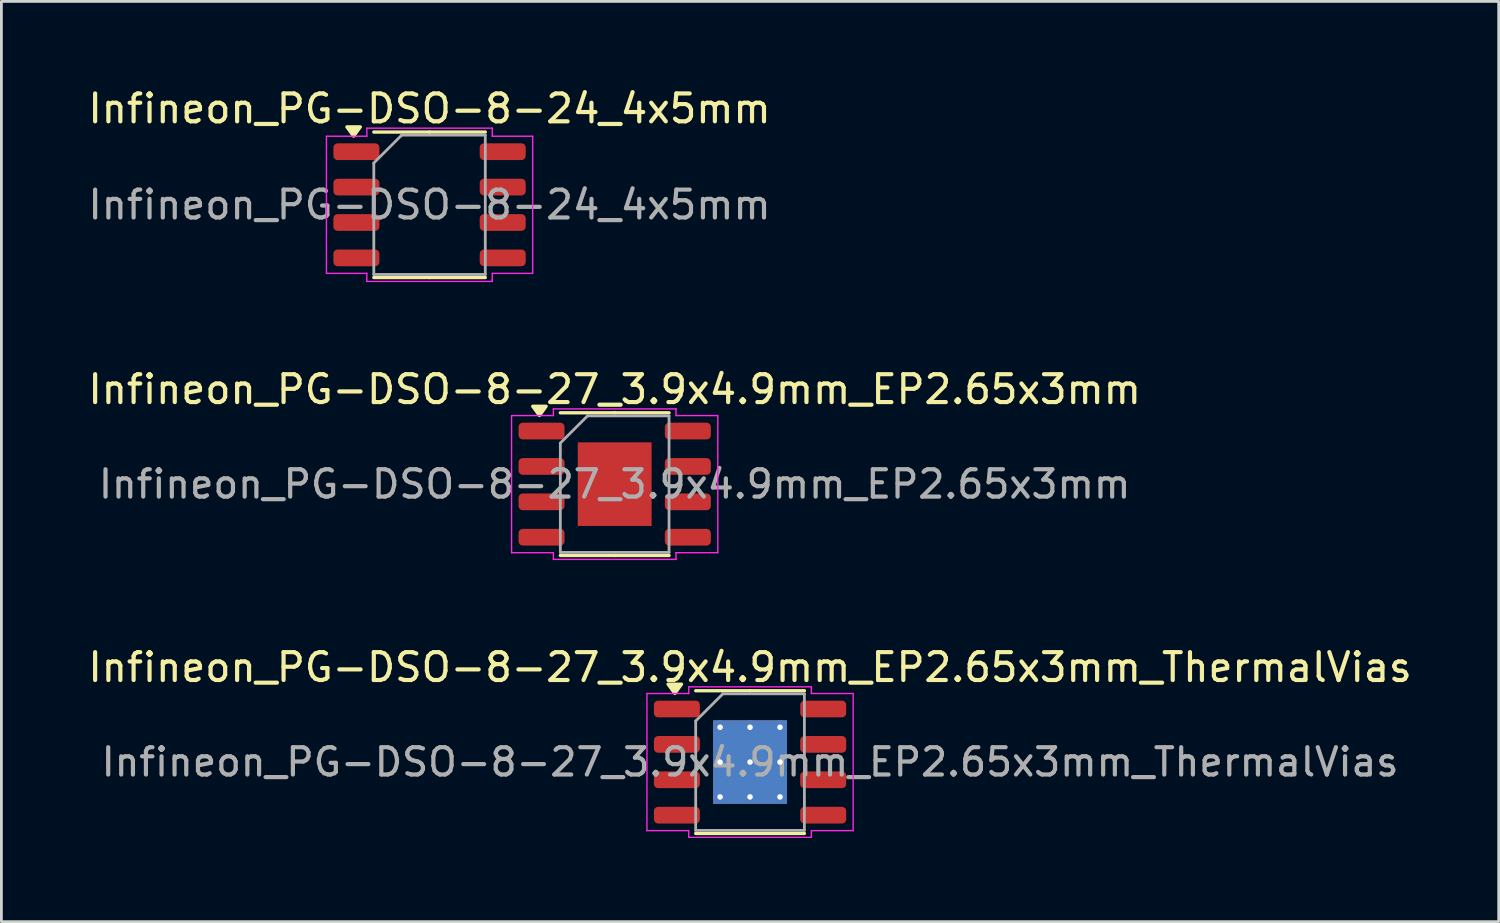
<source format=kicad_pcb>
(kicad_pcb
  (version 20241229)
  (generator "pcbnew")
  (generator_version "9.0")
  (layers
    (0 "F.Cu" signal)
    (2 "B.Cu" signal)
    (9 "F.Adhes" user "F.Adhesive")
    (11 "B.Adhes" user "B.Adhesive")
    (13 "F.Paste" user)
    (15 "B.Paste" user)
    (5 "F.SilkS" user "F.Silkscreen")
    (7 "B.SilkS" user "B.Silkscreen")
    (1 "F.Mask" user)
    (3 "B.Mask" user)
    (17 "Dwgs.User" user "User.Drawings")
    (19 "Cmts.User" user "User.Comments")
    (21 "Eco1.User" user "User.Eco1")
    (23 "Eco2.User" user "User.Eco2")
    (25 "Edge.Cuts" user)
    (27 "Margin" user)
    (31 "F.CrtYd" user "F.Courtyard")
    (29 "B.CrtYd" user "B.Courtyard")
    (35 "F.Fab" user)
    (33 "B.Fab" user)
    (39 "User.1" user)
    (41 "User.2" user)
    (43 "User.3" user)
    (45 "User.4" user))
  (footprint "Infineon_PG-DSO-8-24_4x5mm"
    (layer "F.Cu")
    (at 12.363 4.298)
    (property "Reference" "Infineon_PG-DSO-8-24_4x5mm" (at 0 -3.45 0) (layer "F.SilkS") (effects (font (size 1 1) (thickness 0.15))))
    (attr smd)
    (fp_line (start 0 -2.61) (end -2 -2.61) (stroke (width 0.12) (type solid)) (layer "F.SilkS"))
    (fp_line (start 0 -2.61) (end 2 -2.61) (stroke (width 0.12) (type solid)) (layer "F.SilkS"))
    (fp_line (start 0 2.61) (end -2 2.61) (stroke (width 0.12) (type solid)) (layer "F.SilkS"))
    (fp_line (start 0 2.61) (end 2 2.61) (stroke (width 0.12) (type solid)) (layer "F.SilkS"))
    (fp_poly (pts (xy -2.725 -2.465) (xy -2.965 -2.795) (xy -2.485 -2.795)) (stroke (width 0.12) (type solid)) (fill yes) (layer "F.SilkS"))
    (fp_line (start -3.7 -2.46) (end -2.25 -2.46) (stroke (width 0.05) (type solid)) (layer "F.CrtYd"))
    (fp_line (start -3.7 2.46) (end -3.7 -2.46) (stroke (width 0.05) (type solid)) (layer "F.CrtYd"))
    (fp_line (start -2.25 -2.75) (end 2.25 -2.75) (stroke (width 0.05) (type solid)) (layer "F.CrtYd"))
    (fp_line (start -2.25 -2.46) (end -2.25 -2.75) (stroke (width 0.05) (type solid)) (layer "F.CrtYd"))
    (fp_line (start -2.25 2.46) (end -3.7 2.46) (stroke (width 0.05) (type solid)) (layer "F.CrtYd"))
    (fp_line (start -2.25 2.75) (end -2.25 2.46) (stroke (width 0.05) (type solid)) (layer "F.CrtYd"))
    (fp_line (start 2.25 -2.75) (end 2.25 -2.46) (stroke (width 0.05) (type solid)) (layer "F.CrtYd"))
    (fp_line (start 2.25 -2.46) (end 3.7 -2.46) (stroke (width 0.05) (type solid)) (layer "F.CrtYd"))
    (fp_line (start 2.25 2.46) (end 2.25 2.75) (stroke (width 0.05) (type solid)) (layer "F.CrtYd"))
    (fp_line (start 2.25 2.75) (end -2.25 2.75) (stroke (width 0.05) (type solid)) (layer "F.CrtYd"))
    (fp_line (start 3.7 -2.46) (end 3.7 2.46) (stroke (width 0.05) (type solid)) (layer "F.CrtYd"))
    (fp_line (start 3.7 2.46) (end 2.25 2.46) (stroke (width 0.05) (type solid)) (layer "F.CrtYd"))
    (fp_line (start -2 -1.5) (end -1 -2.5) (stroke (width 0.1) (type solid)) (layer "F.Fab"))
    (fp_line (start -2 2.5) (end -2 -1.5) (stroke (width 0.1) (type solid)) (layer "F.Fab"))
    (fp_line (start -1 -2.5) (end 2 -2.5) (stroke (width 0.1) (type solid)) (layer "F.Fab"))
    (fp_line (start 2 -2.5) (end 2 2.5) (stroke (width 0.1) (type solid)) (layer "F.Fab"))
    (fp_line (start 2 2.5) (end -2 2.5) (stroke (width 0.1) (type solid)) (layer "F.Fab"))
    (fp_text user "${REFERENCE}" (at 0 0 0) (layer "F.Fab") (effects (font (size 1 1) (thickness 0.15))))
    (pad "1" smd roundrect (at -2.625 -1.905) (size 1.65 0.6) (layers "F.Cu" "F.Mask" "F.Paste") (roundrect_rratio 0.25))
    (pad "2" smd roundrect (at -2.625 -0.635) (size 1.65 0.6) (layers "F.Cu" "F.Mask" "F.Paste") (roundrect_rratio 0.25))
    (pad "3" smd roundrect (at -2.625 0.635) (size 1.65 0.6) (layers "F.Cu" "F.Mask" "F.Paste") (roundrect_rratio 0.25))
    (pad "4" smd roundrect (at -2.625 1.905) (size 1.65 0.6) (layers "F.Cu" "F.Mask" "F.Paste") (roundrect_rratio 0.25))
    (pad "5" smd roundrect (at 2.625 1.905) (size 1.65 0.6) (layers "F.Cu" "F.Mask" "F.Paste") (roundrect_rratio 0.25))
    (pad "6" smd roundrect (at 2.625 0.635) (size 1.65 0.6) (layers "F.Cu" "F.Mask" "F.Paste") (roundrect_rratio 0.25))
    (pad "7" smd roundrect (at 2.625 -0.635) (size 1.65 0.6) (layers "F.Cu" "F.Mask" "F.Paste") (roundrect_rratio 0.25))
    (pad "8" smd roundrect (at 2.625 -1.905) (size 1.65 0.6) (layers "F.Cu" "F.Mask" "F.Paste") (roundrect_rratio 0.25)))
  (footprint "Infineon_PG-DSO-8-27_3.9x4.9mm_EP2.65x3mm"
    (layer "F.Cu")
    (at 19.006 14.322)
    (property "Reference" "Infineon_PG-DSO-8-27_3.9x4.9mm_EP2.65x3mm" (at 0 -3.4 0) (layer "F.SilkS") (effects (font (size 1 1) (thickness 0.15))))
    (attr smd)
    (fp_line (start 0 -2.56) (end -1.95 -2.56) (stroke (width 0.12) (type solid)) (layer "F.SilkS"))
    (fp_line (start 0 -2.56) (end 1.95 -2.56) (stroke (width 0.12) (type solid)) (layer "F.SilkS"))
    (fp_line (start 0 2.56) (end -1.95 2.56) (stroke (width 0.12) (type solid)) (layer "F.SilkS"))
    (fp_line (start 0 2.56) (end 1.95 2.56) (stroke (width 0.12) (type solid)) (layer "F.SilkS"))
    (fp_poly (pts (xy -2.7 -2.465) (xy -2.94 -2.795) (xy -2.46 -2.795)) (stroke (width 0.12) (type solid)) (fill yes) (layer "F.SilkS"))
    (fp_line (start -3.7 -2.46) (end -2.2 -2.46) (stroke (width 0.05) (type solid)) (layer "F.CrtYd"))
    (fp_line (start -3.7 2.46) (end -3.7 -2.46) (stroke (width 0.05) (type solid)) (layer "F.CrtYd"))
    (fp_line (start -2.2 -2.7) (end 2.2 -2.7) (stroke (width 0.05) (type solid)) (layer "F.CrtYd"))
    (fp_line (start -2.2 -2.46) (end -2.2 -2.7) (stroke (width 0.05) (type solid)) (layer "F.CrtYd"))
    (fp_line (start -2.2 2.46) (end -3.7 2.46) (stroke (width 0.05) (type solid)) (layer "F.CrtYd"))
    (fp_line (start -2.2 2.7) (end -2.2 2.46) (stroke (width 0.05) (type solid)) (layer "F.CrtYd"))
    (fp_line (start 2.2 -2.7) (end 2.2 -2.46) (stroke (width 0.05) (type solid)) (layer "F.CrtYd"))
    (fp_line (start 2.2 -2.46) (end 3.7 -2.46) (stroke (width 0.05) (type solid)) (layer "F.CrtYd"))
    (fp_line (start 2.2 2.46) (end 2.2 2.7) (stroke (width 0.05) (type solid)) (layer "F.CrtYd"))
    (fp_line (start 2.2 2.7) (end -2.2 2.7) (stroke (width 0.05) (type solid)) (layer "F.CrtYd"))
    (fp_line (start 3.7 -2.46) (end 3.7 2.46) (stroke (width 0.05) (type solid)) (layer "F.CrtYd"))
    (fp_line (start 3.7 2.46) (end 2.2 2.46) (stroke (width 0.05) (type solid)) (layer "F.CrtYd"))
    (fp_line (start -1.95 -1.475) (end -0.975 -2.45) (stroke (width 0.1) (type solid)) (layer "F.Fab"))
    (fp_line (start -1.95 2.45) (end -1.95 -1.475) (stroke (width 0.1) (type solid)) (layer "F.Fab"))
    (fp_line (start -0.975 -2.45) (end 1.95 -2.45) (stroke (width 0.1) (type solid)) (layer "F.Fab"))
    (fp_line (start 1.95 -2.45) (end 1.95 2.45) (stroke (width 0.1) (type solid)) (layer "F.Fab"))
    (fp_line (start 1.95 2.45) (end -1.95 2.45) (stroke (width 0.1) (type solid)) (layer "F.Fab"))
    (fp_text user "${REFERENCE}" (at 0 0 0) (layer "F.Fab") (effects (font (size 0.98 0.98) (thickness 0.15))))
    (pad "" smd roundrect (at -0.66 -0.75) (size 1.07 1.21) (layers "F.Paste") (roundrect_rratio 0.234))
    (pad "" smd roundrect (at -0.66 0.75) (size 1.07 1.21) (layers "F.Paste") (roundrect_rratio 0.234))
    (pad "" smd roundrect (at 0.66 -0.75) (size 1.07 1.21) (layers "F.Paste") (roundrect_rratio 0.234))
    (pad "" smd roundrect (at 0.66 0.75) (size 1.07 1.21) (layers "F.Paste") (roundrect_rratio 0.234))
    (pad "1" smd roundrect (at -2.625 -1.905) (size 1.65 0.6) (layers "F.Cu" "F.Mask" "F.Paste") (roundrect_rratio 0.25))
    (pad "2" smd roundrect (at -2.625 -0.635) (size 1.65 0.6) (layers "F.Cu" "F.Mask" "F.Paste") (roundrect_rratio 0.25))
    (pad "3" smd roundrect (at -2.625 0.635) (size 1.65 0.6) (layers "F.Cu" "F.Mask" "F.Paste") (roundrect_rratio 0.25))
    (pad "4" smd roundrect (at -2.625 1.905) (size 1.65 0.6) (layers "F.Cu" "F.Mask" "F.Paste") (roundrect_rratio 0.25))
    (pad "5" smd roundrect (at 2.625 1.905) (size 1.65 0.6) (layers "F.Cu" "F.Mask" "F.Paste") (roundrect_rratio 0.25))
    (pad "6" smd roundrect (at 2.625 0.635) (size 1.65 0.6) (layers "F.Cu" "F.Mask" "F.Paste") (roundrect_rratio 0.25))
    (pad "7" smd roundrect (at 2.625 -0.635) (size 1.65 0.6) (layers "F.Cu" "F.Mask" "F.Paste") (roundrect_rratio 0.25))
    (pad "8" smd roundrect (at 2.625 -1.905) (size 1.65 0.6) (layers "F.Cu" "F.Mask" "F.Paste") (roundrect_rratio 0.25))
    (pad "9" smd rect (at 0 0) (size 2.65 3) (property pad_prop_heatsink) (layers "F.Cu" "F.Mask")))
  (footprint "Infineon_PG-DSO-8-27_3.9x4.9mm_EP2.65x3mm_ThermalVias"
    (layer "F.Cu")
    (at 23.863 24.295)
    (property "Reference" "Infineon_PG-DSO-8-27_3.9x4.9mm_EP2.65x3mm_ThermalVias" (at 0 -3.4 0) (layer "F.SilkS") (effects (font (size 1 1) (thickness 0.15))))
    (attr smd)
    (fp_line (start 0 -2.56) (end -1.95 -2.56) (stroke (width 0.12) (type solid)) (layer "F.SilkS"))
    (fp_line (start 0 -2.56) (end 1.95 -2.56) (stroke (width 0.12) (type solid)) (layer "F.SilkS"))
    (fp_line (start 0 2.56) (end -1.95 2.56) (stroke (width 0.12) (type solid)) (layer "F.SilkS"))
    (fp_line (start 0 2.56) (end 1.95 2.56) (stroke (width 0.12) (type solid)) (layer "F.SilkS"))
    (fp_poly (pts (xy -2.7 -2.465) (xy -2.94 -2.795) (xy -2.46 -2.795)) (stroke (width 0.12) (type solid)) (fill yes) (layer "F.SilkS"))
    (fp_line (start -3.7 -2.46) (end -2.2 -2.46) (stroke (width 0.05) (type solid)) (layer "F.CrtYd"))
    (fp_line (start -3.7 2.46) (end -3.7 -2.46) (stroke (width 0.05) (type solid)) (layer "F.CrtYd"))
    (fp_line (start -2.2 -2.7) (end 2.2 -2.7) (stroke (width 0.05) (type solid)) (layer "F.CrtYd"))
    (fp_line (start -2.2 -2.46) (end -2.2 -2.7) (stroke (width 0.05) (type solid)) (layer "F.CrtYd"))
    (fp_line (start -2.2 2.46) (end -3.7 2.46) (stroke (width 0.05) (type solid)) (layer "F.CrtYd"))
    (fp_line (start -2.2 2.7) (end -2.2 2.46) (stroke (width 0.05) (type solid)) (layer "F.CrtYd"))
    (fp_line (start 2.2 -2.7) (end 2.2 -2.46) (stroke (width 0.05) (type solid)) (layer "F.CrtYd"))
    (fp_line (start 2.2 -2.46) (end 3.7 -2.46) (stroke (width 0.05) (type solid)) (layer "F.CrtYd"))
    (fp_line (start 2.2 2.46) (end 2.2 2.7) (stroke (width 0.05) (type solid)) (layer "F.CrtYd"))
    (fp_line (start 2.2 2.7) (end -2.2 2.7) (stroke (width 0.05) (type solid)) (layer "F.CrtYd"))
    (fp_line (start 3.7 -2.46) (end 3.7 2.46) (stroke (width 0.05) (type solid)) (layer "F.CrtYd"))
    (fp_line (start 3.7 2.46) (end 2.2 2.46) (stroke (width 0.05) (type solid)) (layer "F.CrtYd"))
    (fp_line (start -1.95 -1.475) (end -0.975 -2.45) (stroke (width 0.1) (type solid)) (layer "F.Fab"))
    (fp_line (start -1.95 2.45) (end -1.95 -1.475) (stroke (width 0.1) (type solid)) (layer "F.Fab"))
    (fp_line (start -0.975 -2.45) (end 1.95 -2.45) (stroke (width 0.1) (type solid)) (layer "F.Fab"))
    (fp_line (start 1.95 -2.45) (end 1.95 2.45) (stroke (width 0.1) (type solid)) (layer "F.Fab"))
    (fp_line (start 1.95 2.45) (end -1.95 2.45) (stroke (width 0.1) (type solid)) (layer "F.Fab"))
    (fp_text user "${REFERENCE}" (at 0 0 0) (layer "F.Fab") (effects (font (size 0.98 0.98) (thickness 0.15))))
    (pad "" smd roundrect (at -0.66 -0.75) (size 1.11 1.25) (layers "F.Paste") (roundrect_rratio 0.225))
    (pad "" smd roundrect (at -0.66 0.75) (size 1.11 1.25) (layers "F.Paste") (roundrect_rratio 0.225))
    (pad "" smd roundrect (at 0.66 -0.75) (size 1.11 1.25) (layers "F.Paste") (roundrect_rratio 0.225))
    (pad "" smd roundrect (at 0.66 0.75) (size 1.11 1.25) (layers "F.Paste") (roundrect_rratio 0.225))
    (pad "1" smd roundrect (at -2.625 -1.905) (size 1.65 0.6) (layers "F.Cu" "F.Mask" "F.Paste") (roundrect_rratio 0.25))
    (pad "2" smd roundrect (at -2.625 -0.635) (size 1.65 0.6) (layers "F.Cu" "F.Mask" "F.Paste") (roundrect_rratio 0.25))
    (pad "3" smd roundrect (at -2.625 0.635) (size 1.65 0.6) (layers "F.Cu" "F.Mask" "F.Paste") (roundrect_rratio 0.25))
    (pad "4" smd roundrect (at -2.625 1.905) (size 1.65 0.6) (layers "F.Cu" "F.Mask" "F.Paste") (roundrect_rratio 0.25))
    (pad "5" smd roundrect (at 2.625 1.905) (size 1.65 0.6) (layers "F.Cu" "F.Mask" "F.Paste") (roundrect_rratio 0.25))
    (pad "6" smd roundrect (at 2.625 0.635) (size 1.65 0.6) (layers "F.Cu" "F.Mask" "F.Paste") (roundrect_rratio 0.25))
    (pad "7" smd roundrect (at 2.625 -0.635) (size 1.65 0.6) (layers "F.Cu" "F.Mask" "F.Paste") (roundrect_rratio 0.25))
    (pad "8" smd roundrect (at 2.625 -1.905) (size 1.65 0.6) (layers "F.Cu" "F.Mask" "F.Paste") (roundrect_rratio 0.25))
    (pad "9" thru_hole circle (at -1.075 -1.25) (size 0.5 0.5) (drill 0.2) (property pad_prop_heatsink) (layers "*.Cu"))
    (pad "9" thru_hole circle (at -1.075 0) (size 0.5 0.5) (drill 0.2) (property pad_prop_heatsink) (layers "*.Cu"))
    (pad "9" thru_hole circle (at -1.075 1.25) (size 0.5 0.5) (drill 0.2) (property pad_prop_heatsink) (layers "*.Cu"))
    (pad "9" thru_hole circle (at 0 -1.25) (size 0.5 0.5) (drill 0.2) (property pad_prop_heatsink) (layers "*.Cu"))
    (pad "9" thru_hole circle (at 0 0) (size 0.5 0.5) (drill 0.2) (property pad_prop_heatsink) (layers "*.Cu"))
    (pad "9" smd rect (at 0 0) (size 2.65 3) (property pad_prop_heatsink) (layers "F.Cu" "F.Mask"))
    (pad "9" smd rect (at 0 0) (size 2.65 3) (property pad_prop_heatsink) (layers "B.Cu"))
    (pad "9" thru_hole circle (at 0 1.25) (size 0.5 0.5) (drill 0.2) (property pad_prop_heatsink) (layers "*.Cu"))
    (pad "9" thru_hole circle (at 1.075 -1.25) (size 0.5 0.5) (drill 0.2) (property pad_prop_heatsink) (layers "*.Cu"))
    (pad "9" thru_hole circle (at 1.075 0) (size 0.5 0.5) (drill 0.2) (property pad_prop_heatsink) (layers "*.Cu"))
    (pad "9" thru_hole circle (at 1.075 1.25) (size 0.5 0.5) (drill 0.2) (property pad_prop_heatsink) (layers "*.Cu")))
  (gr_rect
    (start -3 -3)
    (end 50.726 30.02)
    (stroke (width 0.1) (type default))
    (fill no)
    (layer "Edge.Cuts")))
</source>
